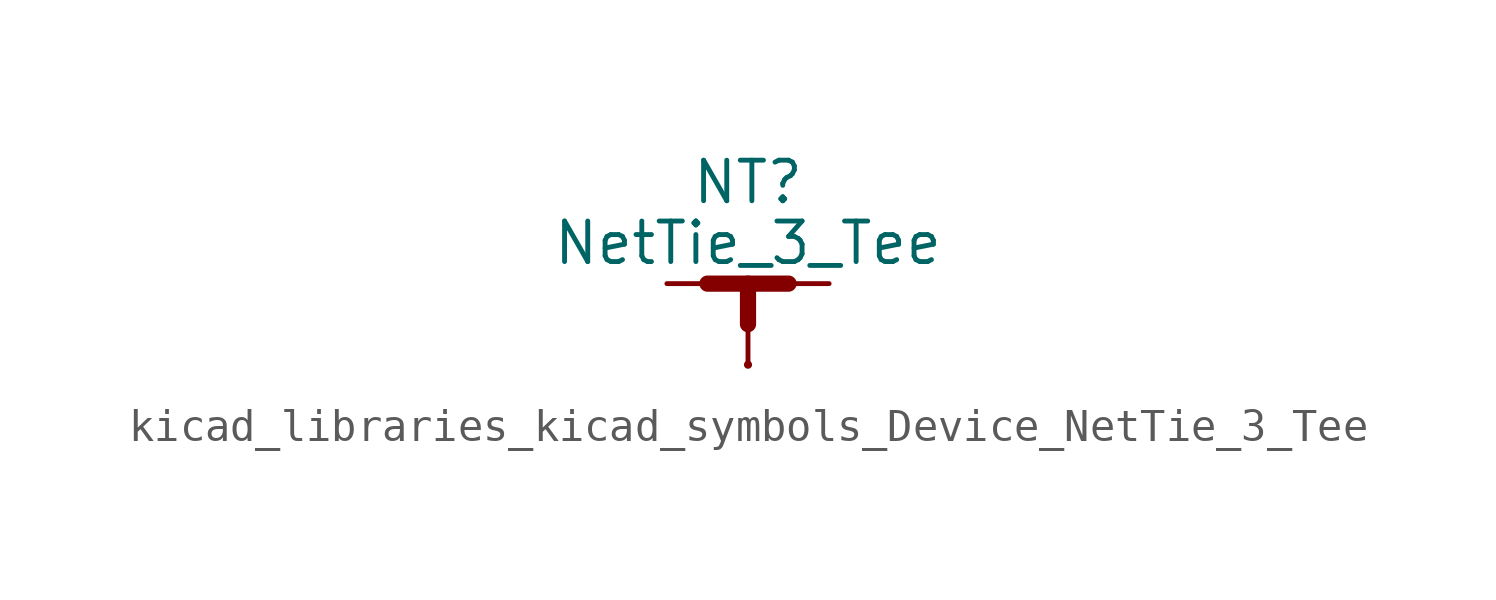
<source format=kicad_sym>
(kicad_symbol_lib
  (version 20220914)
  (generator kicad_symbol_editor)
  (symbol "kicad_libraries_kicad_symbols_Device_NetTie_3_Tee"
    (pin_numbers hide)
    (pin_names
      (offset 0) hide)
    (property "Reference" "NT"
      (at 0 3.175 0)
      (effects (font (size 1.27 1.27))))
    (property "Value" "NetTie_3_Tee"
      (at 0 1.27 0)
      (effects (font (size 1.27 1.27))))
    (symbol "kicad_libraries_kicad_symbols_Device_NetTie_3_Tee_0_1"
      (polyline (pts (xy -1.27 0) (xy 1.27 0)) (stroke (width 0.254) (type default)) (fill (type none)))
      (polyline (pts (xy -1.27 0) (xy 1.27 0)) (stroke (width 0.508) (type default)) (fill (type none)))
      (polyline (pts (xy 0 -2.54) (xy 0 -2.54)) (stroke (width 0.254) (type default)) (fill (type none)))
      (polyline (pts (xy 0 -1.27) (xy 0 0)) (stroke (width 0.508) (type default)) (fill (type none))))
    (symbol "kicad_libraries_kicad_symbols_Device_NetTie_3_Tee_1_1"
      (pin passive line (at -2.54 0 0) (length 2.54) (name "1" (effects (font (size 1.27 1.27)))) (number "1" (effects (font (size 1.27 1.27)))))
      (pin passive line (at 2.54 0 180) (length 2.54) (name "2" (effects (font (size 1.27 1.27)))) (number "2" (effects (font (size 1.27 1.27)))))
      (pin passive line (at 0 -2.54 90) (length 2.54) (name "3" (effects (font (size 1.27 1.27)))) (number "3" (effects (font (size 1.27 1.27))))))))
</source>
